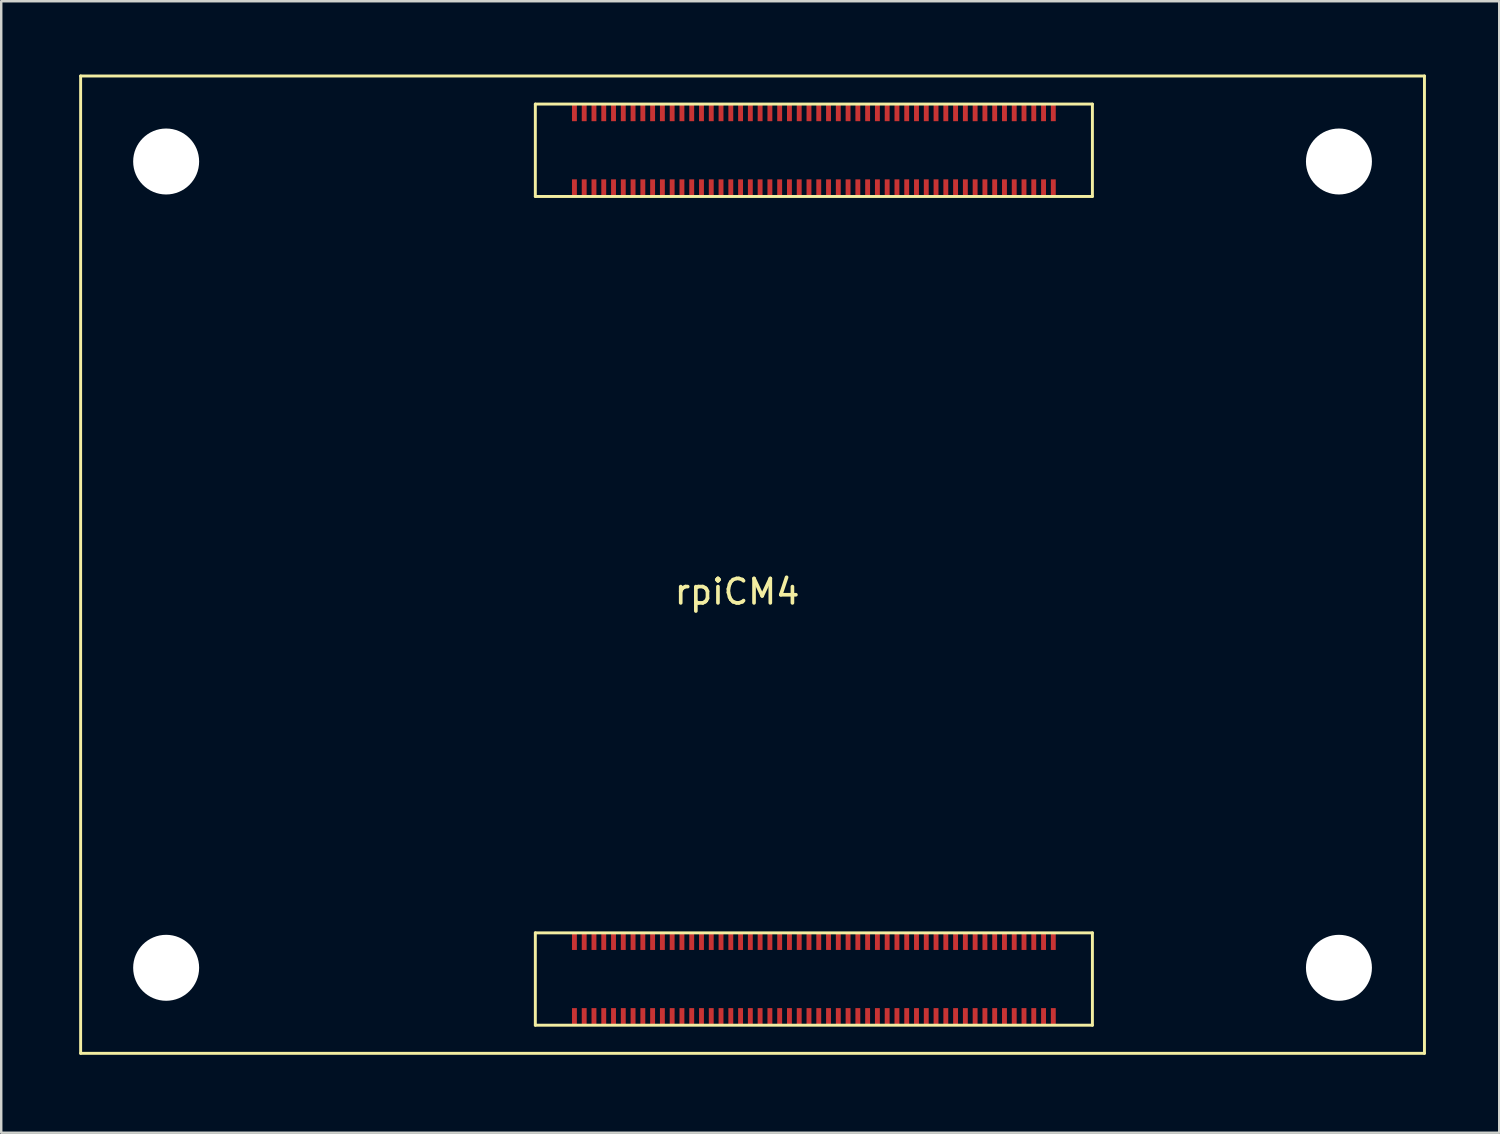
<source format=kicad_pcb>
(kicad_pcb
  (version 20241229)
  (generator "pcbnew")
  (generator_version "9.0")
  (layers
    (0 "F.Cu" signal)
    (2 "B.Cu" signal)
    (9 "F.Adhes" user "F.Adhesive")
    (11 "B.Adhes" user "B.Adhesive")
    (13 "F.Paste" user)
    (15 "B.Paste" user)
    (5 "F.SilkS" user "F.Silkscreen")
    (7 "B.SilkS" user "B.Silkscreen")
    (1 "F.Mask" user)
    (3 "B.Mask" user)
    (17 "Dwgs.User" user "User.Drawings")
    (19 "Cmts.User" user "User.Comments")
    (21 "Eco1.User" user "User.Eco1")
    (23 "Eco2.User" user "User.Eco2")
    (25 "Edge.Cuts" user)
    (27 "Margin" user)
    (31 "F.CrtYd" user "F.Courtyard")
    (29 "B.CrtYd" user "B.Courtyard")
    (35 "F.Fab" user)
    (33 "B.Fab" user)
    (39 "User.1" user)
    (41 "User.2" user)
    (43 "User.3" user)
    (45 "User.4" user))
  (footprint "rpiCM4"
    (layer "F.Cu")
    (at 0.25 40.06)
    (property "Reference" "rpiCM4" (at 26.87 -18.89 0) (layer "F.SilkS") (effects (font (size 1 1) (thickness 0.15))))
    (attr through_hole)
    (fp_line (start 0 -40) (end 0 0) (stroke (width 0.12) (type solid)) (layer "F.SilkS"))
    (fp_line (start 0 -40) (end 55 -40) (stroke (width 0.12) (type solid)) (layer "F.SilkS"))
    (fp_line (start 0 0) (end 55 0) (stroke (width 0.12) (type solid)) (layer "F.SilkS"))
    (fp_line (start 18.61 -38.85) (end 18.61 -35.07) (stroke (width 0.12) (type solid)) (layer "F.SilkS"))
    (fp_line (start 18.61 -38.85) (end 41.41 -38.85) (stroke (width 0.12) (type solid)) (layer "F.SilkS"))
    (fp_line (start 18.61 -35.07) (end 41.41 -35.07) (stroke (width 0.12) (type solid)) (layer "F.SilkS"))
    (fp_line (start 18.61 -4.93) (end 18.61 -1.15) (stroke (width 0.12) (type solid)) (layer "F.SilkS"))
    (fp_line (start 18.61 -4.93) (end 41.41 -4.93) (stroke (width 0.12) (type solid)) (layer "F.SilkS"))
    (fp_line (start 18.61 -1.15) (end 41.41 -1.15) (stroke (width 0.12) (type solid)) (layer "F.SilkS"))
    (fp_line (start 41.41 -38.85) (end 41.41 -35.07) (stroke (width 0.12) (type solid)) (layer "F.SilkS"))
    (fp_line (start 41.41 -4.93) (end 41.41 -1.15) (stroke (width 0.12) (type solid)) (layer "F.SilkS"))
    (fp_line (start 55 -40) (end 55 0) (stroke (width 0.12) (type solid)) (layer "F.SilkS"))
    (pad "" np_thru_hole circle (at 3.5 -36.5 90) (size 2.7 2.7) (drill 2.7) (layers "*.Cu" "*.Mask"))
    (pad "" np_thru_hole circle (at 3.5 -3.5 90) (size 2.7 2.7) (drill 2.7) (layers "*.Cu" "*.Mask"))
    (pad "" np_thru_hole circle (at 51.5 -36.5 90) (size 2.7 2.7) (drill 2.7) (layers "*.Cu" "*.Mask"))
    (pad "" np_thru_hole circle (at 51.5 -3.5 90) (size 2.7 2.7) (drill 2.7) (layers "*.Cu" "*.Mask"))
    (pad "1" smd rect (at 20.21 -1.5) (size 0.2 0.7) (layers "F.Cu" "F.Mask" "F.Paste"))
    (pad "2" smd rect (at 20.21 -4.58) (size 0.2 0.7) (layers "F.Cu" "F.Mask" "F.Paste"))
    (pad "3" smd rect (at 20.61 -1.5) (size 0.2 0.7) (layers "F.Cu" "F.Mask" "F.Paste"))
    (pad "4" smd rect (at 20.61 -4.58) (size 0.2 0.7) (layers "F.Cu" "F.Mask" "F.Paste"))
    (pad "5" smd rect (at 21.01 -1.5) (size 0.2 0.7) (layers "F.Cu" "F.Mask" "F.Paste"))
    (pad "6" smd rect (at 21.01 -4.58) (size 0.2 0.7) (layers "F.Cu" "F.Mask" "F.Paste"))
    (pad "7" smd rect (at 21.41 -1.5) (size 0.2 0.7) (layers "F.Cu" "F.Mask" "F.Paste"))
    (pad "8" smd rect (at 21.41 -4.58) (size 0.2 0.7) (layers "F.Cu" "F.Mask" "F.Paste"))
    (pad "9" smd rect (at 21.81 -1.5) (size 0.2 0.7) (layers "F.Cu" "F.Mask" "F.Paste"))
    (pad "10" smd rect (at 21.81 -4.58) (size 0.2 0.7) (layers "F.Cu" "F.Mask" "F.Paste"))
    (pad "11" smd rect (at 22.21 -1.5) (size 0.2 0.7) (layers "F.Cu" "F.Mask" "F.Paste"))
    (pad "12" smd rect (at 22.21 -4.58) (size 0.2 0.7) (layers "F.Cu" "F.Mask" "F.Paste"))
    (pad "13" smd rect (at 22.61 -1.5) (size 0.2 0.7) (layers "F.Cu" "F.Mask" "F.Paste"))
    (pad "14" smd rect (at 22.61 -4.58) (size 0.2 0.7) (layers "F.Cu" "F.Mask" "F.Paste"))
    (pad "15" smd rect (at 23.01 -1.5) (size 0.2 0.7) (layers "F.Cu" "F.Mask" "F.Paste"))
    (pad "16" smd rect (at 23.01 -4.58) (size 0.2 0.7) (layers "F.Cu" "F.Mask" "F.Paste"))
    (pad "17" smd rect (at 23.41 -1.5) (size 0.2 0.7) (layers "F.Cu" "F.Mask" "F.Paste"))
    (pad "18" smd rect (at 23.41 -4.58) (size 0.2 0.7) (layers "F.Cu" "F.Mask" "F.Paste"))
    (pad "19" smd rect (at 23.81 -1.5) (size 0.2 0.7) (layers "F.Cu" "F.Mask" "F.Paste"))
    (pad "20" smd rect (at 23.81 -4.58) (size 0.2 0.7) (layers "F.Cu" "F.Mask" "F.Paste"))
    (pad "21" smd rect (at 24.21 -1.5) (size 0.2 0.7) (layers "F.Cu" "F.Mask" "F.Paste"))
    (pad "22" smd rect (at 24.21 -4.58) (size 0.2 0.7) (layers "F.Cu" "F.Mask" "F.Paste"))
    (pad "23" smd rect (at 24.61 -1.5) (size 0.2 0.7) (layers "F.Cu" "F.Mask" "F.Paste"))
    (pad "24" smd rect (at 24.61 -4.58) (size 0.2 0.7) (layers "F.Cu" "F.Mask" "F.Paste"))
    (pad "25" smd rect (at 25.01 -1.5) (size 0.2 0.7) (layers "F.Cu" "F.Mask" "F.Paste"))
    (pad "26" smd rect (at 25.01 -4.58) (size 0.2 0.7) (layers "F.Cu" "F.Mask" "F.Paste"))
    (pad "27" smd rect (at 25.41 -1.5) (size 0.2 0.7) (layers "F.Cu" "F.Mask" "F.Paste"))
    (pad "28" smd rect (at 25.41 -4.58) (size 0.2 0.7) (layers "F.Cu" "F.Mask" "F.Paste"))
    (pad "29" smd rect (at 25.81 -1.5) (size 0.2 0.7) (layers "F.Cu" "F.Mask" "F.Paste"))
    (pad "30" smd rect (at 25.81 -4.58) (size 0.2 0.7) (layers "F.Cu" "F.Mask" "F.Paste"))
    (pad "31" smd rect (at 26.21 -1.5) (size 0.2 0.7) (layers "F.Cu" "F.Mask" "F.Paste"))
    (pad "32" smd rect (at 26.21 -4.58) (size 0.2 0.7) (layers "F.Cu" "F.Mask" "F.Paste"))
    (pad "33" smd rect (at 26.61 -1.5) (size 0.2 0.7) (layers "F.Cu" "F.Mask" "F.Paste"))
    (pad "34" smd rect (at 26.61 -4.58) (size 0.2 0.7) (layers "F.Cu" "F.Mask" "F.Paste"))
    (pad "35" smd rect (at 27.01 -1.5) (size 0.2 0.7) (layers "F.Cu" "F.Mask" "F.Paste"))
    (pad "36" smd rect (at 27.01 -4.58) (size 0.2 0.7) (layers "F.Cu" "F.Mask" "F.Paste"))
    (pad "37" smd rect (at 27.41 -1.5) (size 0.2 0.7) (layers "F.Cu" "F.Mask" "F.Paste"))
    (pad "38" smd rect (at 27.41 -4.58) (size 0.2 0.7) (layers "F.Cu" "F.Mask" "F.Paste"))
    (pad "39" smd rect (at 27.81 -1.5) (size 0.2 0.7) (layers "F.Cu" "F.Mask" "F.Paste"))
    (pad "40" smd rect (at 27.81 -4.58) (size 0.2 0.7) (layers "F.Cu" "F.Mask" "F.Paste"))
    (pad "41" smd rect (at 28.21 -1.5) (size 0.2 0.7) (layers "F.Cu" "F.Mask" "F.Paste"))
    (pad "42" smd rect (at 28.21 -4.58) (size 0.2 0.7) (layers "F.Cu" "F.Mask" "F.Paste"))
    (pad "43" smd rect (at 28.61 -1.5) (size 0.2 0.7) (layers "F.Cu" "F.Mask" "F.Paste"))
    (pad "44" smd rect (at 28.61 -4.58) (size 0.2 0.7) (layers "F.Cu" "F.Mask" "F.Paste"))
    (pad "45" smd rect (at 29.01 -1.5) (size 0.2 0.7) (layers "F.Cu" "F.Mask" "F.Paste"))
    (pad "46" smd rect (at 29.01 -4.58) (size 0.2 0.7) (layers "F.Cu" "F.Mask" "F.Paste"))
    (pad "47" smd rect (at 29.41 -1.5) (size 0.2 0.7) (layers "F.Cu" "F.Mask" "F.Paste"))
    (pad "48" smd rect (at 29.41 -4.58) (size 0.2 0.7) (layers "F.Cu" "F.Mask" "F.Paste"))
    (pad "49" smd rect (at 29.81 -1.5) (size 0.2 0.7) (layers "F.Cu" "F.Mask" "F.Paste"))
    (pad "50" smd rect (at 29.81 -4.58) (size 0.2 0.7) (layers "F.Cu" "F.Mask" "F.Paste"))
    (pad "51" smd rect (at 30.21 -1.5) (size 0.2 0.7) (layers "F.Cu" "F.Mask" "F.Paste"))
    (pad "52" smd rect (at 30.21 -4.58) (size 0.2 0.7) (layers "F.Cu" "F.Mask" "F.Paste"))
    (pad "53" smd rect (at 30.61 -1.5) (size 0.2 0.7) (layers "F.Cu" "F.Mask" "F.Paste"))
    (pad "54" smd rect (at 30.61 -4.58) (size 0.2 0.7) (layers "F.Cu" "F.Mask" "F.Paste"))
    (pad "55" smd rect (at 31.01 -1.5) (size 0.2 0.7) (layers "F.Cu" "F.Mask" "F.Paste"))
    (pad "56" smd rect (at 31.01 -4.58) (size 0.2 0.7) (layers "F.Cu" "F.Mask" "F.Paste"))
    (pad "57" smd rect (at 31.41 -1.5) (size 0.2 0.7) (layers "F.Cu" "F.Mask" "F.Paste"))
    (pad "58" smd rect (at 31.41 -4.58) (size 0.2 0.7) (layers "F.Cu" "F.Mask" "F.Paste"))
    (pad "59" smd rect (at 31.81 -1.5) (size 0.2 0.7) (layers "F.Cu" "F.Mask" "F.Paste"))
    (pad "60" smd rect (at 31.81 -4.58) (size 0.2 0.7) (layers "F.Cu" "F.Mask" "F.Paste"))
    (pad "61" smd rect (at 32.21 -1.5) (size 0.2 0.7) (layers "F.Cu" "F.Mask" "F.Paste"))
    (pad "62" smd rect (at 32.21 -4.58) (size 0.2 0.7) (layers "F.Cu" "F.Mask" "F.Paste"))
    (pad "63" smd rect (at 32.61 -1.5) (size 0.2 0.7) (layers "F.Cu" "F.Mask" "F.Paste"))
    (pad "64" smd rect (at 32.61 -4.58) (size 0.2 0.7) (layers "F.Cu" "F.Mask" "F.Paste"))
    (pad "65" smd rect (at 33.01 -1.5) (size 0.2 0.7) (layers "F.Cu" "F.Mask" "F.Paste"))
    (pad "66" smd rect (at 33.01 -4.58) (size 0.2 0.7) (layers "F.Cu" "F.Mask" "F.Paste"))
    (pad "67" smd rect (at 33.41 -1.5) (size 0.2 0.7) (layers "F.Cu" "F.Mask" "F.Paste"))
    (pad "68" smd rect (at 33.41 -4.58) (size 0.2 0.7) (layers "F.Cu" "F.Mask" "F.Paste"))
    (pad "69" smd rect (at 33.81 -1.5) (size 0.2 0.7) (layers "F.Cu" "F.Mask" "F.Paste"))
    (pad "70" smd rect (at 33.81 -4.58) (size 0.2 0.7) (layers "F.Cu" "F.Mask" "F.Paste"))
    (pad "71" smd rect (at 34.21 -1.5) (size 0.2 0.7) (layers "F.Cu" "F.Mask" "F.Paste"))
    (pad "72" smd rect (at 34.21 -4.58) (size 0.2 0.7) (layers "F.Cu" "F.Mask" "F.Paste"))
    (pad "73" smd rect (at 34.61 -1.5) (size 0.2 0.7) (layers "F.Cu" "F.Mask" "F.Paste"))
    (pad "74" smd rect (at 34.61 -4.58) (size 0.2 0.7) (layers "F.Cu" "F.Mask" "F.Paste"))
    (pad "75" smd rect (at 35.01 -1.5) (size 0.2 0.7) (layers "F.Cu" "F.Mask" "F.Paste"))
    (pad "76" smd rect (at 35.01 -4.58) (size 0.2 0.7) (layers "F.Cu" "F.Mask" "F.Paste"))
    (pad "77" smd rect (at 35.41 -1.5) (size 0.2 0.7) (layers "F.Cu" "F.Mask" "F.Paste"))
    (pad "78" smd rect (at 35.41 -4.58) (size 0.2 0.7) (layers "F.Cu" "F.Mask" "F.Paste"))
    (pad "79" smd rect (at 35.81 -1.5) (size 0.2 0.7) (layers "F.Cu" "F.Mask" "F.Paste"))
    (pad "80" smd rect (at 35.81 -4.58) (size 0.2 0.7) (layers "F.Cu" "F.Mask" "F.Paste"))
    (pad "81" smd rect (at 36.21 -1.5) (size 0.2 0.7) (layers "F.Cu" "F.Mask" "F.Paste"))
    (pad "82" smd rect (at 36.21 -4.58) (size 0.2 0.7) (layers "F.Cu" "F.Mask" "F.Paste"))
    (pad "83" smd rect (at 36.61 -1.5) (size 0.2 0.7) (layers "F.Cu" "F.Mask" "F.Paste"))
    (pad "84" smd rect (at 36.61 -4.58) (size 0.2 0.7) (layers "F.Cu" "F.Mask" "F.Paste"))
    (pad "85" smd rect (at 37.01 -1.5) (size 0.2 0.7) (layers "F.Cu" "F.Mask" "F.Paste"))
    (pad "86" smd rect (at 37.01 -4.58) (size 0.2 0.7) (layers "F.Cu" "F.Mask" "F.Paste"))
    (pad "87" smd rect (at 37.41 -1.5) (size 0.2 0.7) (layers "F.Cu" "F.Mask" "F.Paste"))
    (pad "88" smd rect (at 37.41 -4.58) (size 0.2 0.7) (layers "F.Cu" "F.Mask" "F.Paste"))
    (pad "89" smd rect (at 37.81 -1.5) (size 0.2 0.7) (layers "F.Cu" "F.Mask" "F.Paste"))
    (pad "90" smd rect (at 37.81 -4.58) (size 0.2 0.7) (layers "F.Cu" "F.Mask" "F.Paste"))
    (pad "91" smd rect (at 38.21 -1.5) (size 0.2 0.7) (layers "F.Cu" "F.Mask" "F.Paste"))
    (pad "92" smd rect (at 38.21 -4.58) (size 0.2 0.7) (layers "F.Cu" "F.Mask" "F.Paste"))
    (pad "93" smd rect (at 38.61 -1.5) (size 0.2 0.7) (layers "F.Cu" "F.Mask" "F.Paste"))
    (pad "94" smd rect (at 38.61 -4.58) (size 0.2 0.7) (layers "F.Cu" "F.Mask" "F.Paste"))
    (pad "95" smd rect (at 39.01 -1.5) (size 0.2 0.7) (layers "F.Cu" "F.Mask" "F.Paste"))
    (pad "96" smd rect (at 39.01 -4.58) (size 0.2 0.7) (layers "F.Cu" "F.Mask" "F.Paste"))
    (pad "97" smd rect (at 39.41 -1.5) (size 0.2 0.7) (layers "F.Cu" "F.Mask" "F.Paste"))
    (pad "98" smd rect (at 39.41 -4.58) (size 0.2 0.7) (layers "F.Cu" "F.Mask" "F.Paste"))
    (pad "99" smd rect (at 39.81 -1.5) (size 0.2 0.7) (layers "F.Cu" "F.Mask" "F.Paste"))
    (pad "100" smd rect (at 39.81 -4.58) (size 0.2 0.7) (layers "F.Cu" "F.Mask" "F.Paste"))
    (pad "101" smd rect (at 20.21 -35.42) (size 0.2 0.7) (layers "F.Cu" "F.Mask" "F.Paste"))
    (pad "102" smd rect (at 20.21 -38.5) (size 0.2 0.7) (layers "F.Cu" "F.Mask" "F.Paste"))
    (pad "103" smd rect (at 20.61 -35.42) (size 0.2 0.7) (layers "F.Cu" "F.Mask" "F.Paste"))
    (pad "104" smd rect (at 20.61 -38.5) (size 0.2 0.7) (layers "F.Cu" "F.Mask" "F.Paste"))
    (pad "105" smd rect (at 21.01 -35.42) (size 0.2 0.7) (layers "F.Cu" "F.Mask" "F.Paste"))
    (pad "106" smd rect (at 21.01 -38.5) (size 0.2 0.7) (layers "F.Cu" "F.Mask" "F.Paste"))
    (pad "107" smd rect (at 21.41 -35.42) (size 0.2 0.7) (layers "F.Cu" "F.Mask" "F.Paste"))
    (pad "108" smd rect (at 21.41 -38.5) (size 0.2 0.7) (layers "F.Cu" "F.Mask" "F.Paste"))
    (pad "109" smd rect (at 21.81 -35.42) (size 0.2 0.7) (layers "F.Cu" "F.Mask" "F.Paste"))
    (pad "110" smd rect (at 21.81 -38.5) (size 0.2 0.7) (layers "F.Cu" "F.Mask" "F.Paste"))
    (pad "111" smd rect (at 22.21 -35.42) (size 0.2 0.7) (layers "F.Cu" "F.Mask" "F.Paste"))
    (pad "112" smd rect (at 22.21 -38.5) (size 0.2 0.7) (layers "F.Cu" "F.Mask" "F.Paste"))
    (pad "113" smd rect (at 22.61 -35.42) (size 0.2 0.7) (layers "F.Cu" "F.Mask" "F.Paste"))
    (pad "114" smd rect (at 22.61 -38.5) (size 0.2 0.7) (layers "F.Cu" "F.Mask" "F.Paste"))
    (pad "115" smd rect (at 23.01 -35.42) (size 0.2 0.7) (layers "F.Cu" "F.Mask" "F.Paste"))
    (pad "116" smd rect (at 23.01 -38.5) (size 0.2 0.7) (layers "F.Cu" "F.Mask" "F.Paste"))
    (pad "117" smd rect (at 23.41 -35.42) (size 0.2 0.7) (layers "F.Cu" "F.Mask" "F.Paste"))
    (pad "118" smd rect (at 23.41 -38.5) (size 0.2 0.7) (layers "F.Cu" "F.Mask" "F.Paste"))
    (pad "119" smd rect (at 23.81 -35.42) (size 0.2 0.7) (layers "F.Cu" "F.Mask" "F.Paste"))
    (pad "120" smd rect (at 23.81 -38.5) (size 0.2 0.7) (layers "F.Cu" "F.Mask" "F.Paste"))
    (pad "121" smd rect (at 24.21 -35.42) (size 0.2 0.7) (layers "F.Cu" "F.Mask" "F.Paste"))
    (pad "122" smd rect (at 24.21 -38.5) (size 0.2 0.7) (layers "F.Cu" "F.Mask" "F.Paste"))
    (pad "123" smd rect (at 24.61 -35.42) (size 0.2 0.7) (layers "F.Cu" "F.Mask" "F.Paste"))
    (pad "124" smd rect (at 24.61 -38.5) (size 0.2 0.7) (layers "F.Cu" "F.Mask" "F.Paste"))
    (pad "125" smd rect (at 25.01 -35.42) (size 0.2 0.7) (layers "F.Cu" "F.Mask" "F.Paste"))
    (pad "126" smd rect (at 25.01 -38.5) (size 0.2 0.7) (layers "F.Cu" "F.Mask" "F.Paste"))
    (pad "127" smd rect (at 25.41 -35.42) (size 0.2 0.7) (layers "F.Cu" "F.Mask" "F.Paste"))
    (pad "128" smd rect (at 25.41 -38.5) (size 0.2 0.7) (layers "F.Cu" "F.Mask" "F.Paste"))
    (pad "129" smd rect (at 25.81 -35.42) (size 0.2 0.7) (layers "F.Cu" "F.Mask" "F.Paste"))
    (pad "130" smd rect (at 25.81 -38.5) (size 0.2 0.7) (layers "F.Cu" "F.Mask" "F.Paste"))
    (pad "131" smd rect (at 26.21 -35.42) (size 0.2 0.7) (layers "F.Cu" "F.Mask" "F.Paste"))
    (pad "132" smd rect (at 26.21 -38.5) (size 0.2 0.7) (layers "F.Cu" "F.Mask" "F.Paste"))
    (pad "133" smd rect (at 26.61 -35.42) (size 0.2 0.7) (layers "F.Cu" "F.Mask" "F.Paste"))
    (pad "134" smd rect (at 26.61 -38.5) (size 0.2 0.7) (layers "F.Cu" "F.Mask" "F.Paste"))
    (pad "135" smd rect (at 27.01 -35.42) (size 0.2 0.7) (layers "F.Cu" "F.Mask" "F.Paste"))
    (pad "136" smd rect (at 27.01 -38.5) (size 0.2 0.7) (layers "F.Cu" "F.Mask" "F.Paste"))
    (pad "137" smd rect (at 27.41 -35.42) (size 0.2 0.7) (layers "F.Cu" "F.Mask" "F.Paste"))
    (pad "138" smd rect (at 27.41 -38.5) (size 0.2 0.7) (layers "F.Cu" "F.Mask" "F.Paste"))
    (pad "139" smd rect (at 27.81 -35.42) (size 0.2 0.7) (layers "F.Cu" "F.Mask" "F.Paste"))
    (pad "140" smd rect (at 27.81 -38.5) (size 0.2 0.7) (layers "F.Cu" "F.Mask" "F.Paste"))
    (pad "141" smd rect (at 28.21 -35.42) (size 0.2 0.7) (layers "F.Cu" "F.Mask" "F.Paste"))
    (pad "142" smd rect (at 28.21 -38.5) (size 0.2 0.7) (layers "F.Cu" "F.Mask" "F.Paste"))
    (pad "143" smd rect (at 28.61 -35.42) (size 0.2 0.7) (layers "F.Cu" "F.Mask" "F.Paste"))
    (pad "144" smd rect (at 28.61 -38.5) (size 0.2 0.7) (layers "F.Cu" "F.Mask" "F.Paste"))
    (pad "145" smd rect (at 29.01 -35.42) (size 0.2 0.7) (layers "F.Cu" "F.Mask" "F.Paste"))
    (pad "146" smd rect (at 29.01 -38.5) (size 0.2 0.7) (layers "F.Cu" "F.Mask" "F.Paste"))
    (pad "147" smd rect (at 29.41 -35.42) (size 0.2 0.7) (layers "F.Cu" "F.Mask" "F.Paste"))
    (pad "148" smd rect (at 29.41 -38.5) (size 0.2 0.7) (layers "F.Cu" "F.Mask" "F.Paste"))
    (pad "149" smd rect (at 29.81 -35.42) (size 0.2 0.7) (layers "F.Cu" "F.Mask" "F.Paste"))
    (pad "150" smd rect (at 29.81 -38.5) (size 0.2 0.7) (layers "F.Cu" "F.Mask" "F.Paste"))
    (pad "151" smd rect (at 30.21 -35.42) (size 0.2 0.7) (layers "F.Cu" "F.Mask" "F.Paste"))
    (pad "152" smd rect (at 30.21 -38.5) (size 0.2 0.7) (layers "F.Cu" "F.Mask" "F.Paste"))
    (pad "153" smd rect (at 30.61 -35.42) (size 0.2 0.7) (layers "F.Cu" "F.Mask" "F.Paste"))
    (pad "154" smd rect (at 30.61 -38.5) (size 0.2 0.7) (layers "F.Cu" "F.Mask" "F.Paste"))
    (pad "155" smd rect (at 31.01 -35.42) (size 0.2 0.7) (layers "F.Cu" "F.Mask" "F.Paste"))
    (pad "156" smd rect (at 31.01 -38.5) (size 0.2 0.7) (layers "F.Cu" "F.Mask" "F.Paste"))
    (pad "157" smd rect (at 31.41 -35.42) (size 0.2 0.7) (layers "F.Cu" "F.Mask" "F.Paste"))
    (pad "158" smd rect (at 31.41 -38.5) (size 0.2 0.7) (layers "F.Cu" "F.Mask" "F.Paste"))
    (pad "159" smd rect (at 31.81 -35.42) (size 0.2 0.7) (layers "F.Cu" "F.Mask" "F.Paste"))
    (pad "160" smd rect (at 31.81 -38.5) (size 0.2 0.7) (layers "F.Cu" "F.Mask" "F.Paste"))
    (pad "161" smd rect (at 32.21 -35.42) (size 0.2 0.7) (layers "F.Cu" "F.Mask" "F.Paste"))
    (pad "162" smd rect (at 32.21 -38.5) (size 0.2 0.7) (layers "F.Cu" "F.Mask" "F.Paste"))
    (pad "163" smd rect (at 32.61 -35.42) (size 0.2 0.7) (layers "F.Cu" "F.Mask" "F.Paste"))
    (pad "164" smd rect (at 32.61 -38.5) (size 0.2 0.7) (layers "F.Cu" "F.Mask" "F.Paste"))
    (pad "165" smd rect (at 33.01 -35.42) (size 0.2 0.7) (layers "F.Cu" "F.Mask" "F.Paste"))
    (pad "166" smd rect (at 33.01 -38.5) (size 0.2 0.7) (layers "F.Cu" "F.Mask" "F.Paste"))
    (pad "167" smd rect (at 33.41 -35.42) (size 0.2 0.7) (layers "F.Cu" "F.Mask" "F.Paste"))
    (pad "168" smd rect (at 33.41 -38.5) (size 0.2 0.7) (layers "F.Cu" "F.Mask" "F.Paste"))
    (pad "169" smd rect (at 33.81 -35.42) (size 0.2 0.7) (layers "F.Cu" "F.Mask" "F.Paste"))
    (pad "170" smd rect (at 33.81 -38.5) (size 0.2 0.7) (layers "F.Cu" "F.Mask" "F.Paste"))
    (pad "171" smd rect (at 34.21 -35.42) (size 0.2 0.7) (layers "F.Cu" "F.Mask" "F.Paste"))
    (pad "172" smd rect (at 34.21 -38.5) (size 0.2 0.7) (layers "F.Cu" "F.Mask" "F.Paste"))
    (pad "173" smd rect (at 34.61 -35.42) (size 0.2 0.7) (layers "F.Cu" "F.Mask" "F.Paste"))
    (pad "174" smd rect (at 34.61 -38.5) (size 0.2 0.7) (layers "F.Cu" "F.Mask" "F.Paste"))
    (pad "175" smd rect (at 35.01 -35.42) (size 0.2 0.7) (layers "F.Cu" "F.Mask" "F.Paste"))
    (pad "176" smd rect (at 35.01 -38.5) (size 0.2 0.7) (layers "F.Cu" "F.Mask" "F.Paste"))
    (pad "177" smd rect (at 35.41 -35.42) (size 0.2 0.7) (layers "F.Cu" "F.Mask" "F.Paste"))
    (pad "178" smd rect (at 35.41 -38.5) (size 0.2 0.7) (layers "F.Cu" "F.Mask" "F.Paste"))
    (pad "179" smd rect (at 35.81 -35.42) (size 0.2 0.7) (layers "F.Cu" "F.Mask" "F.Paste"))
    (pad "180" smd rect (at 35.81 -38.5) (size 0.2 0.7) (layers "F.Cu" "F.Mask" "F.Paste"))
    (pad "181" smd rect (at 36.21 -35.42) (size 0.2 0.7) (layers "F.Cu" "F.Mask" "F.Paste"))
    (pad "182" smd rect (at 36.21 -38.5) (size 0.2 0.7) (layers "F.Cu" "F.Mask" "F.Paste"))
    (pad "183" smd rect (at 36.61 -35.42) (size 0.2 0.7) (layers "F.Cu" "F.Mask" "F.Paste"))
    (pad "184" smd rect (at 36.61 -38.5) (size 0.2 0.7) (layers "F.Cu" "F.Mask" "F.Paste"))
    (pad "185" smd rect (at 37.01 -35.42) (size 0.2 0.7) (layers "F.Cu" "F.Mask" "F.Paste"))
    (pad "186" smd rect (at 37.01 -38.5) (size 0.2 0.7) (layers "F.Cu" "F.Mask" "F.Paste"))
    (pad "187" smd rect (at 37.41 -35.42) (size 0.2 0.7) (layers "F.Cu" "F.Mask" "F.Paste"))
    (pad "188" smd rect (at 37.41 -38.5) (size 0.2 0.7) (layers "F.Cu" "F.Mask" "F.Paste"))
    (pad "189" smd rect (at 37.81 -35.42) (size 0.2 0.7) (layers "F.Cu" "F.Mask" "F.Paste"))
    (pad "190" smd rect (at 37.81 -38.5) (size 0.2 0.7) (layers "F.Cu" "F.Mask" "F.Paste"))
    (pad "191" smd rect (at 38.21 -35.42) (size 0.2 0.7) (layers "F.Cu" "F.Mask" "F.Paste"))
    (pad "192" smd rect (at 38.21 -38.5) (size 0.2 0.7) (layers "F.Cu" "F.Mask" "F.Paste"))
    (pad "193" smd rect (at 38.61 -35.42) (size 0.2 0.7) (layers "F.Cu" "F.Mask" "F.Paste"))
    (pad "194" smd rect (at 38.61 -38.5) (size 0.2 0.7) (layers "F.Cu" "F.Mask" "F.Paste"))
    (pad "195" smd rect (at 39.01 -35.42) (size 0.2 0.7) (layers "F.Cu" "F.Mask" "F.Paste"))
    (pad "196" smd rect (at 39.01 -38.5) (size 0.2 0.7) (layers "F.Cu" "F.Mask" "F.Paste"))
    (pad "197" smd rect (at 39.41 -35.42) (size 0.2 0.7) (layers "F.Cu" "F.Mask" "F.Paste"))
    (pad "198" smd rect (at 39.41 -38.5) (size 0.2 0.7) (layers "F.Cu" "F.Mask" "F.Paste"))
    (pad "199" smd rect (at 39.81 -35.42) (size 0.2 0.7) (layers "F.Cu" "F.Mask" "F.Paste"))
    (pad "200" smd rect (at 39.81 -38.5) (size 0.2 0.7) (layers "F.Cu" "F.Mask" "F.Paste")))
  (gr_rect
    (start -3 -3)
    (end 58.31 43.31)
    (stroke (width 0.1) (type default))
    (fill no)
    (layer "Edge.Cuts")))
</source>
